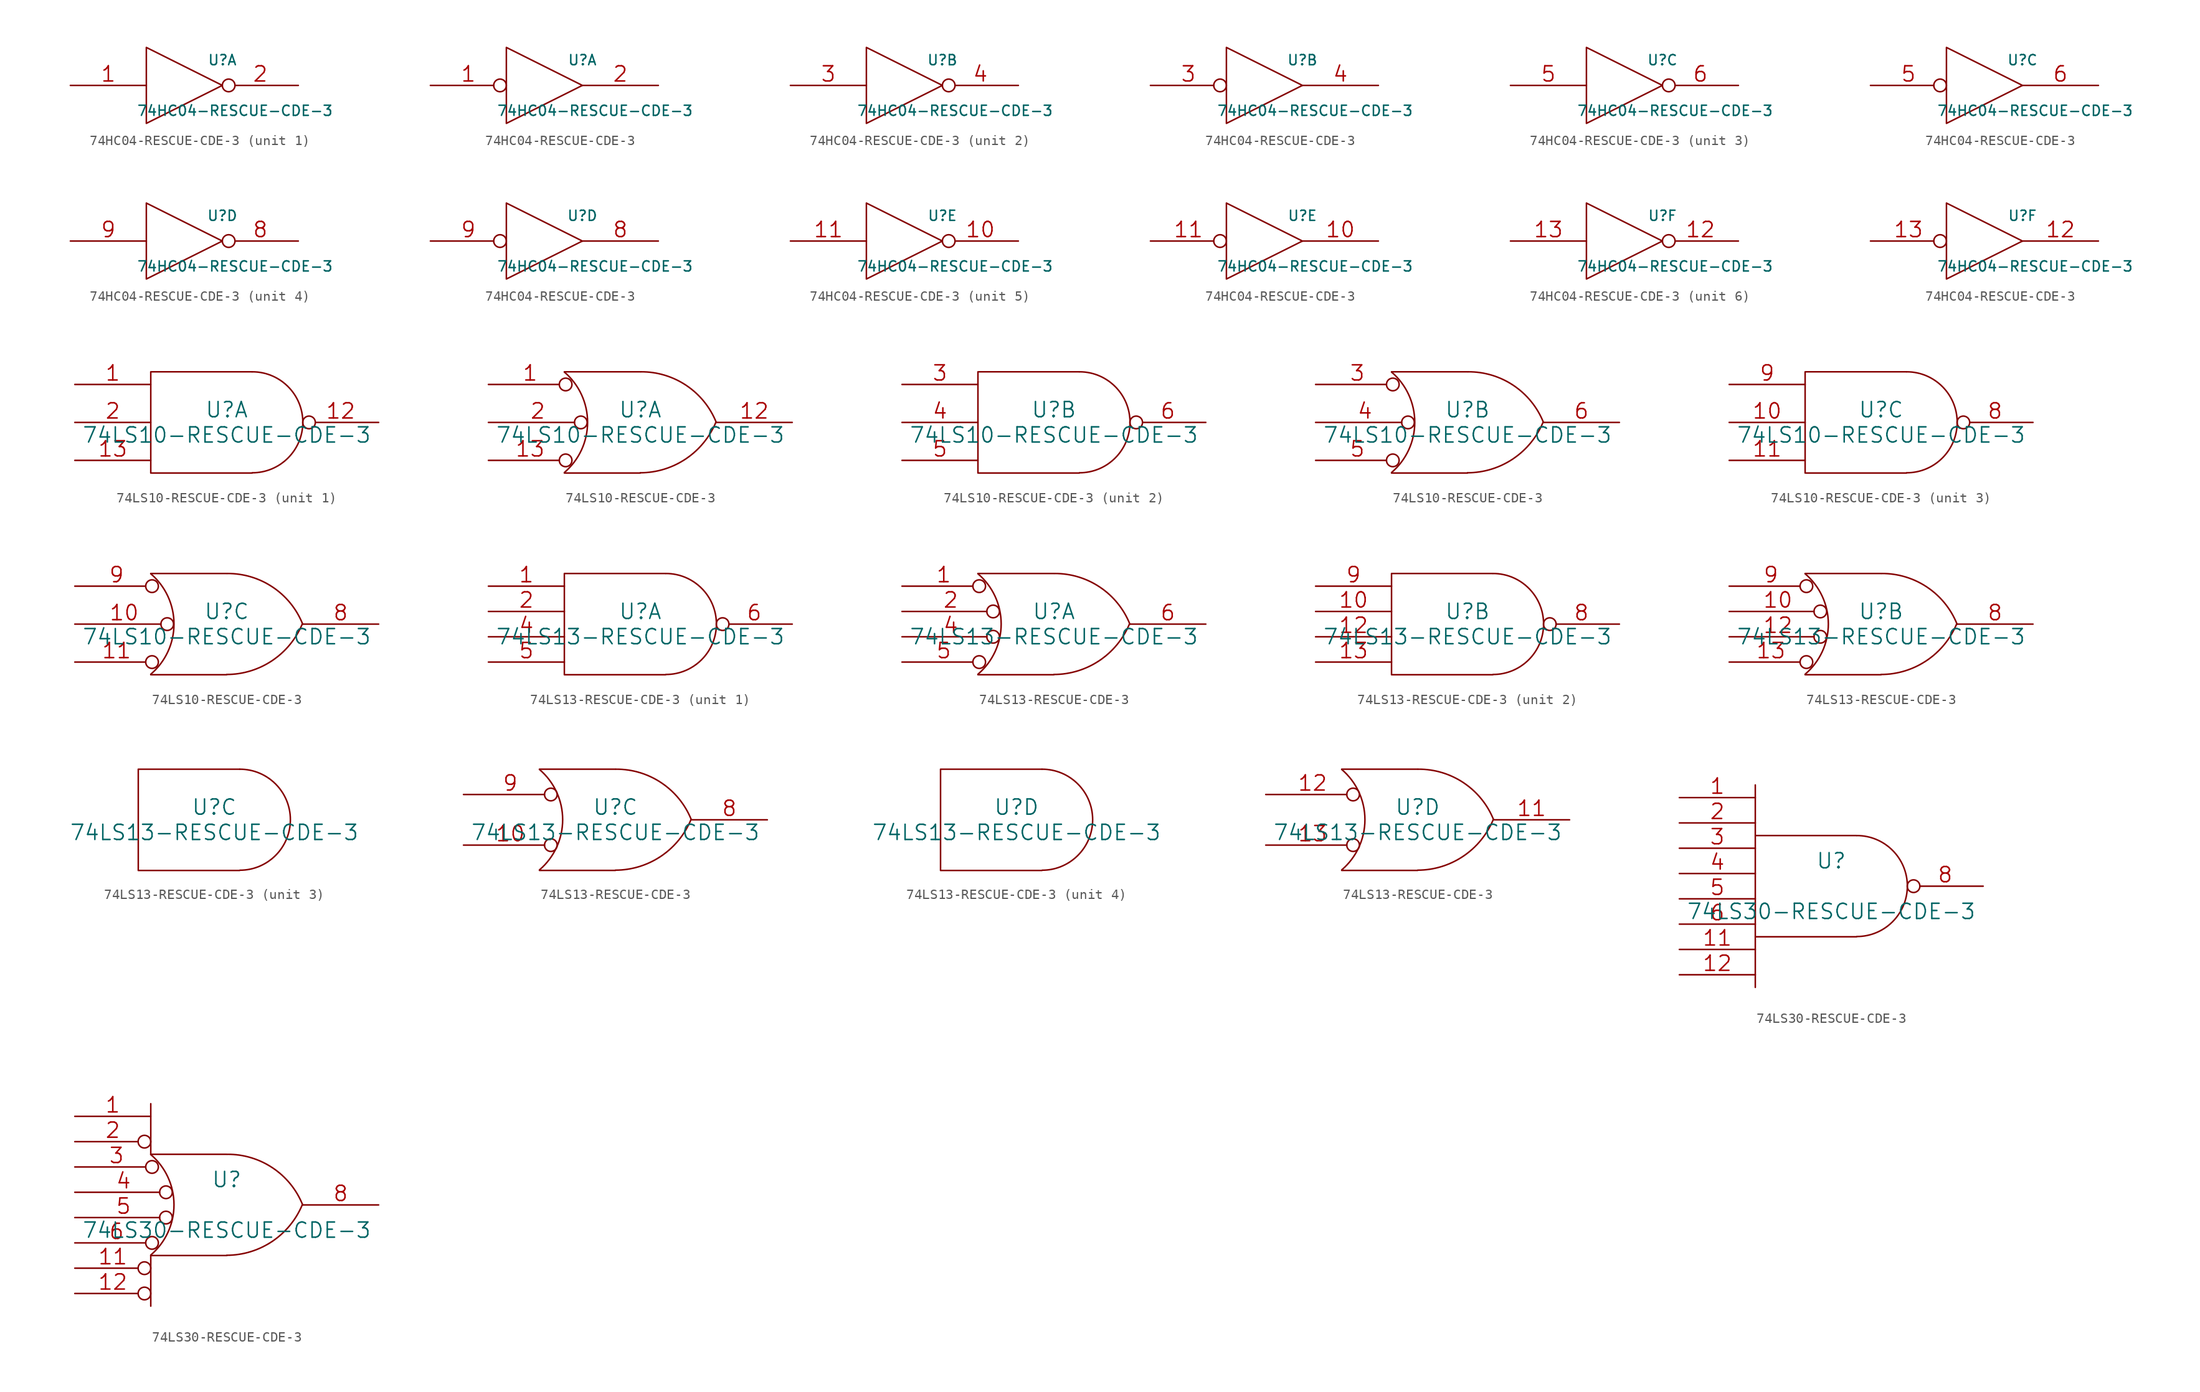
<source format=kicad_sym>
(kicad_symbol_lib
  (version 20241209)
  (generator "kicad_symbol_editor")
  (generator_version "9.0")
  (symbol "74HC04-RESCUE-CDE-3"
    (pin_names
      (offset 0.762))
    (property "Reference" "U"
      (at 3.81 2.54 0)
      (effects (font (size 1.016 1.016))))
    (property "Value" "74HC04-RESCUE-CDE-3"
      (at 5.08 -2.54 0)
      (effects (font (size 1.016 1.016))))
    (property "Footprint" ""
      (at 0 0 0)
      (effects (font (size 1.524 1.524))))
    (property "Datasheet" ""
      (at 0 0 0)
      (effects (font (size 1.524 1.524))))
    (symbol "74HC04-RESCUE-CDE-3_0_0"
      (polyline (pts (xy -3.81 3.81) (xy -3.81 -3.81) (xy 3.81 0) (xy -3.81 3.81)) (stroke (width 0) (type solid)) (fill (type none)))
      (pin power_in line (at -1.27 2.54 270) (length 0) (hide yes) (name "VCC" (effects (font (size 0.508 0.508)))) (number "14" (effects (font (size 0.762 0.762)))))
      (pin power_in line (at -1.27 -2.54 90) (length 0) (hide yes) (name "GND" (effects (font (size 0.508 0.508)))) (number "7" (effects (font (size 0.762 0.762))))))
    (symbol "74HC04-RESCUE-CDE-3_1_1"
      (pin input line (at -11.43 0 0) (length 7.62) (name "~" (effects (font (size 1.524 1.524)))) (number "1" (effects (font (size 1.524 1.524)))))
      (pin output inverted (at 11.43 0 180) (length 7.62) (name "~" (effects (font (size 1.524 1.524)))) (number "2" (effects (font (size 1.524 1.524))))))
    (symbol "74HC04-RESCUE-CDE-3_1_2"
      (pin input inverted (at -11.43 0 0) (length 7.62) (name "~" (effects (font (size 1.524 1.524)))) (number "1" (effects (font (size 1.524 1.524)))))
      (pin output line (at 11.43 0 180) (length 7.62) (name "~" (effects (font (size 1.524 1.524)))) (number "2" (effects (font (size 1.524 1.524))))))
    (symbol "74HC04-RESCUE-CDE-3_2_1"
      (pin input line (at -11.43 0 0) (length 7.62) (name "~" (effects (font (size 1.524 1.524)))) (number "3" (effects (font (size 1.524 1.524)))))
      (pin output inverted (at 11.43 0 180) (length 7.62) (name "~" (effects (font (size 1.524 1.524)))) (number "4" (effects (font (size 1.524 1.524))))))
    (symbol "74HC04-RESCUE-CDE-3_2_2"
      (pin input inverted (at -11.43 0 0) (length 7.62) (name "~" (effects (font (size 1.524 1.524)))) (number "3" (effects (font (size 1.524 1.524)))))
      (pin output line (at 11.43 0 180) (length 7.62) (name "~" (effects (font (size 1.524 1.524)))) (number "4" (effects (font (size 1.524 1.524))))))
    (symbol "74HC04-RESCUE-CDE-3_3_1"
      (pin input line (at -11.43 0 0) (length 7.62) (name "~" (effects (font (size 1.524 1.524)))) (number "5" (effects (font (size 1.524 1.524)))))
      (pin output inverted (at 11.43 0 180) (length 7.62) (name "~" (effects (font (size 1.524 1.524)))) (number "6" (effects (font (size 1.524 1.524))))))
    (symbol "74HC04-RESCUE-CDE-3_3_2"
      (pin input inverted (at -11.43 0 0) (length 7.62) (name "~" (effects (font (size 1.524 1.524)))) (number "5" (effects (font (size 1.524 1.524)))))
      (pin output line (at 11.43 0 180) (length 7.62) (name "~" (effects (font (size 1.524 1.524)))) (number "6" (effects (font (size 1.524 1.524))))))
    (symbol "74HC04-RESCUE-CDE-3_4_1"
      (pin input line (at -11.43 0 0) (length 7.62) (name "~" (effects (font (size 1.524 1.524)))) (number "9" (effects (font (size 1.524 1.524)))))
      (pin output inverted (at 11.43 0 180) (length 7.62) (name "~" (effects (font (size 1.524 1.524)))) (number "8" (effects (font (size 1.524 1.524))))))
    (symbol "74HC04-RESCUE-CDE-3_4_2"
      (pin input inverted (at -11.43 0 0) (length 7.62) (name "~" (effects (font (size 1.524 1.524)))) (number "9" (effects (font (size 1.524 1.524)))))
      (pin output line (at 11.43 0 180) (length 7.62) (name "~" (effects (font (size 1.524 1.524)))) (number "8" (effects (font (size 1.524 1.524))))))
    (symbol "74HC04-RESCUE-CDE-3_5_1"
      (pin input line (at -11.43 0 0) (length 7.62) (name "~" (effects (font (size 1.524 1.524)))) (number "11" (effects (font (size 1.524 1.524)))))
      (pin output inverted (at 11.43 0 180) (length 7.62) (name "~" (effects (font (size 1.524 1.524)))) (number "10" (effects (font (size 1.524 1.524))))))
    (symbol "74HC04-RESCUE-CDE-3_5_2"
      (pin input inverted (at -11.43 0 0) (length 7.62) (name "~" (effects (font (size 1.524 1.524)))) (number "11" (effects (font (size 1.524 1.524)))))
      (pin output line (at 11.43 0 180) (length 7.62) (name "~" (effects (font (size 1.524 1.524)))) (number "10" (effects (font (size 1.524 1.524))))))
    (symbol "74HC04-RESCUE-CDE-3_6_1"
      (pin input line (at -11.43 0 0) (length 7.62) (name "~" (effects (font (size 1.524 1.524)))) (number "13" (effects (font (size 1.524 1.524)))))
      (pin output inverted (at 11.43 0 180) (length 7.62) (name "~" (effects (font (size 1.524 1.524)))) (number "12" (effects (font (size 1.524 1.524))))))
    (symbol "74HC04-RESCUE-CDE-3_6_2"
      (pin input inverted (at -11.43 0 0) (length 7.62) (name "~" (effects (font (size 1.524 1.524)))) (number "13" (effects (font (size 1.524 1.524)))))
      (pin output line (at 11.43 0 180) (length 7.62) (name "~" (effects (font (size 1.524 1.524)))) (number "12" (effects (font (size 1.524 1.524)))))))
  (symbol "74LS10-RESCUE-CDE-3"
    (pin_names
      (offset 0.762))
    (property "Reference" "U"
      (at 0 1.27 0)
      (effects (font (size 1.524 1.524))))
    (property "Value" "74LS10-RESCUE-CDE-3"
      (at 0 -1.27 0)
      (effects (font (size 1.524 1.524))))
    (property "Footprint" ""
      (at 0 0 0)
      (effects (font (size 1.524 1.524))))
    (property "Datasheet" ""
      (at 0 0 0)
      (effects (font (size 1.524 1.524))))
    (symbol "74LS10-RESCUE-CDE-3_0_0"
      (pin power_in line (at -5.08 5.08 90) (length 0) (hide yes) (name "VCC" (effects (font (size 1.016 1.016)))) (number "14" (effects (font (size 1.016 1.016)))))
      (pin power_in line (at -5.08 -5.08 90) (length 0) (hide yes) (name "GND" (effects (font (size 1.016 1.016)))) (number "7" (effects (font (size 1.016 1.016))))))
    (symbol "74LS10-RESCUE-CDE-3_0_1"
      (polyline (pts (xy 2.54 5.08) (xy -7.62 5.08) (xy -7.62 -5.08) (xy 2.54 -5.08)) (stroke (width 0) (type solid)) (fill (type none)))
      (arc (start 2.5654 5.08) (mid 7.6201 0.0001) (end 2.5654 -5.0546) (stroke (width 0) (type solid)) (fill (type none))))
    (symbol "74LS10-RESCUE-CDE-3_0_2"
      (arc (start -7.62 5.0546) (mid -5.2901 0.0083) (end -7.62 -5.0292) (stroke (width 0) (type solid)) (fill (type none)))
      (polyline (pts (xy -7.62 5.08) (xy 0 5.08)) (stroke (width 0) (type solid)) (fill (type none)))
      (polyline (pts (xy -7.62 -5.08) (xy 0 -5.08)) (stroke (width 0) (type solid)) (fill (type none)))
      (arc (start 7.5946 0.0508) (mid 4.5708 -3.6562) (end 0 -5.0546) (stroke (width 0) (type solid)) (fill (type none)))
      (arc (start 0.0508 5.08) (mid 4.6217 3.7074) (end 7.62 0) (stroke (width 0) (type solid)) (fill (type none))))
    (symbol "74LS10-RESCUE-CDE-3_1_1"
      (pin input line (at -15.24 3.81 0) (length 7.62) (name "~" (effects (font (size 1.524 1.524)))) (number "1" (effects (font (size 1.524 1.524)))))
      (pin input line (at -15.24 0 0) (length 7.62) (name "~" (effects (font (size 1.524 1.524)))) (number "2" (effects (font (size 1.524 1.524)))))
      (pin input line (at -15.24 -3.81 0) (length 7.62) (name "~" (effects (font (size 1.524 1.524)))) (number "13" (effects (font (size 1.524 1.524)))))
      (pin output inverted (at 15.24 0 180) (length 7.62) (name "~" (effects (font (size 1.524 1.524)))) (number "12" (effects (font (size 1.524 1.524))))))
    (symbol "74LS10-RESCUE-CDE-3_1_2"
      (pin input inverted (at -15.24 3.81 0) (length 8.382) (name "~" (effects (font (size 1.524 1.524)))) (number "1" (effects (font (size 1.524 1.524)))))
      (pin input inverted (at -15.24 0 0) (length 9.906) (name "~" (effects (font (size 1.524 1.524)))) (number "2" (effects (font (size 1.524 1.524)))))
      (pin input inverted (at -15.24 -3.81 0) (length 8.382) (name "~" (effects (font (size 1.524 1.524)))) (number "13" (effects (font (size 1.524 1.524)))))
      (pin output line (at 15.24 0 180) (length 7.62) (name "~" (effects (font (size 1.524 1.524)))) (number "12" (effects (font (size 1.524 1.524))))))
    (symbol "74LS10-RESCUE-CDE-3_2_1"
      (pin input line (at -15.24 3.81 0) (length 7.62) (name "~" (effects (font (size 1.524 1.524)))) (number "3" (effects (font (size 1.524 1.524)))))
      (pin input line (at -15.24 0 0) (length 7.62) (name "~" (effects (font (size 1.524 1.524)))) (number "4" (effects (font (size 1.524 1.524)))))
      (pin input line (at -15.24 -3.81 0) (length 7.62) (name "~" (effects (font (size 1.524 1.524)))) (number "5" (effects (font (size 1.524 1.524)))))
      (pin output inverted (at 15.24 0 180) (length 7.62) (name "~" (effects (font (size 1.524 1.524)))) (number "6" (effects (font (size 1.524 1.524))))))
    (symbol "74LS10-RESCUE-CDE-3_2_2"
      (pin input inverted (at -15.24 3.81 0) (length 8.382) (name "~" (effects (font (size 1.524 1.524)))) (number "3" (effects (font (size 1.524 1.524)))))
      (pin input inverted (at -15.24 0 0) (length 9.906) (name "~" (effects (font (size 1.524 1.524)))) (number "4" (effects (font (size 1.524 1.524)))))
      (pin input inverted (at -15.24 -3.81 0) (length 8.382) (name "~" (effects (font (size 1.524 1.524)))) (number "5" (effects (font (size 1.524 1.524)))))
      (pin output line (at 15.24 0 180) (length 7.62) (name "~" (effects (font (size 1.524 1.524)))) (number "6" (effects (font (size 1.524 1.524))))))
    (symbol "74LS10-RESCUE-CDE-3_3_1"
      (pin input line (at -15.24 3.81 0) (length 7.62) (name "~" (effects (font (size 1.524 1.524)))) (number "9" (effects (font (size 1.524 1.524)))))
      (pin input line (at -15.24 0 0) (length 7.62) (name "~" (effects (font (size 1.524 1.524)))) (number "10" (effects (font (size 1.524 1.524)))))
      (pin input line (at -15.24 -3.81 0) (length 7.62) (name "~" (effects (font (size 1.524 1.524)))) (number "11" (effects (font (size 1.524 1.524)))))
      (pin output inverted (at 15.24 0 180) (length 7.62) (name "~" (effects (font (size 1.524 1.524)))) (number "8" (effects (font (size 1.524 1.524))))))
    (symbol "74LS10-RESCUE-CDE-3_3_2"
      (pin input inverted (at -15.24 3.81 0) (length 8.382) (name "~" (effects (font (size 1.524 1.524)))) (number "9" (effects (font (size 1.524 1.524)))))
      (pin input inverted (at -15.24 0 0) (length 9.906) (name "~" (effects (font (size 1.524 1.524)))) (number "10" (effects (font (size 1.524 1.524)))))
      (pin input inverted (at -15.24 -3.81 0) (length 8.382) (name "~" (effects (font (size 1.524 1.524)))) (number "11" (effects (font (size 1.524 1.524)))))
      (pin output line (at 15.24 0 180) (length 7.62) (name "~" (effects (font (size 1.524 1.524)))) (number "8" (effects (font (size 1.524 1.524)))))))
  (symbol "74LS13-RESCUE-CDE-3"
    (pin_names
      (offset 0.762))
    (property "Reference" "U"
      (at 0 1.27 0)
      (effects (font (size 1.524 1.524))))
    (property "Value" "74LS13-RESCUE-CDE-3"
      (at 0 -1.27 0)
      (effects (font (size 1.524 1.524))))
    (property "Footprint" ""
      (at 0 0 0)
      (effects (font (size 1.524 1.524))))
    (property "Datasheet" ""
      (at 0 0 0)
      (effects (font (size 1.524 1.524))))
    (symbol "74LS13-RESCUE-CDE-3_0_0"
      (pin power_in line (at -5.08 5.08 90) (length 0) (hide yes) (name "VCC" (effects (font (size 1.016 1.016)))) (number "14" (effects (font (size 1.016 1.016)))))
      (pin power_in line (at -5.08 -5.08 90) (length 0) (hide yes) (name "GND" (effects (font (size 1.016 1.016)))) (number "7" (effects (font (size 1.016 1.016))))))
    (symbol "74LS13-RESCUE-CDE-3_0_1"
      (polyline (pts (xy 2.54 5.08) (xy -7.62 5.08) (xy -7.62 -5.08) (xy 2.54 -5.08)) (stroke (width 0) (type solid)) (fill (type none)))
      (arc (start 2.5654 5.08) (mid 7.6201 0.0001) (end 2.5654 -5.0546) (stroke (width 0) (type solid)) (fill (type none))))
    (symbol "74LS13-RESCUE-CDE-3_0_2"
      (arc (start -7.62 5.0546) (mid -5.2901 0.0083) (end -7.62 -5.0292) (stroke (width 0) (type solid)) (fill (type none)))
      (polyline (pts (xy -7.62 5.08) (xy 0 5.08)) (stroke (width 0) (type solid)) (fill (type none)))
      (polyline (pts (xy -7.62 -5.08) (xy 0 -5.08)) (stroke (width 0) (type solid)) (fill (type none)))
      (arc (start 7.5946 0.0508) (mid 4.5708 -3.6562) (end 0 -5.0546) (stroke (width 0) (type solid)) (fill (type none)))
      (arc (start 0.0508 5.08) (mid 4.6217 3.7074) (end 7.62 0) (stroke (width 0) (type solid)) (fill (type none))))
    (symbol "74LS13-RESCUE-CDE-3_1_1"
      (pin input line (at -15.24 3.81 0) (length 7.62) (name "~" (effects (font (size 1.524 1.524)))) (number "1" (effects (font (size 1.524 1.524)))))
      (pin input line (at -15.24 1.27 0) (length 7.62) (name "~" (effects (font (size 1.524 1.524)))) (number "2" (effects (font (size 1.524 1.524)))))
      (pin input line (at -15.24 -1.27 0) (length 7.62) (name "~" (effects (font (size 1.524 1.524)))) (number "4" (effects (font (size 1.524 1.524)))))
      (pin input line (at -15.24 -3.81 0) (length 7.62) (name "~" (effects (font (size 1.524 1.524)))) (number "5" (effects (font (size 1.524 1.524)))))
      (pin output inverted (at 15.24 0 180) (length 7.62) (name "~" (effects (font (size 1.524 1.524)))) (number "6" (effects (font (size 1.524 1.524))))))
    (symbol "74LS13-RESCUE-CDE-3_1_2"
      (pin input inverted (at -15.24 3.81 0) (length 8.382) (name "~" (effects (font (size 1.524 1.524)))) (number "1" (effects (font (size 1.524 1.524)))))
      (pin input inverted (at -15.24 1.27 0) (length 9.779) (name "~" (effects (font (size 1.524 1.524)))) (number "2" (effects (font (size 1.524 1.524)))))
      (pin input inverted (at -15.24 -1.27 0) (length 9.779) (name "~" (effects (font (size 1.524 1.524)))) (number "4" (effects (font (size 1.524 1.524)))))
      (pin input inverted (at -15.24 -3.81 0) (length 8.382) (name "~" (effects (font (size 1.524 1.524)))) (number "5" (effects (font (size 1.524 1.524)))))
      (pin output line (at 15.24 0 180) (length 7.62) (name "~" (effects (font (size 1.524 1.524)))) (number "6" (effects (font (size 1.524 1.524))))))
    (symbol "74LS13-RESCUE-CDE-3_2_1"
      (pin input line (at -15.24 3.81 0) (length 7.62) (name "~" (effects (font (size 1.524 1.524)))) (number "9" (effects (font (size 1.524 1.524)))))
      (pin input line (at -15.24 1.27 0) (length 7.62) (name "~" (effects (font (size 1.524 1.524)))) (number "10" (effects (font (size 1.524 1.524)))))
      (pin input line (at -15.24 -1.27 0) (length 7.62) (name "~" (effects (font (size 1.524 1.524)))) (number "12" (effects (font (size 1.524 1.524)))))
      (pin input line (at -15.24 -3.81 0) (length 7.62) (name "~" (effects (font (size 1.524 1.524)))) (number "13" (effects (font (size 1.524 1.524)))))
      (pin output inverted (at 15.24 0 180) (length 7.62) (name "~" (effects (font (size 1.524 1.524)))) (number "8" (effects (font (size 1.524 1.524))))))
    (symbol "74LS13-RESCUE-CDE-3_2_2"
      (pin input inverted (at -15.24 3.81 0) (length 8.382) (name "~" (effects (font (size 1.524 1.524)))) (number "9" (effects (font (size 1.524 1.524)))))
      (pin input inverted (at -15.24 1.27 0) (length 9.779) (name "~" (effects (font (size 1.524 1.524)))) (number "10" (effects (font (size 1.524 1.524)))))
      (pin input inverted (at -15.24 -1.27 0) (length 9.779) (name "~" (effects (font (size 1.524 1.524)))) (number "12" (effects (font (size 1.524 1.524)))))
      (pin input inverted (at -15.24 -3.81 0) (length 8.382) (name "~" (effects (font (size 1.524 1.524)))) (number "13" (effects (font (size 1.524 1.524)))))
      (pin output line (at 15.24 0 180) (length 7.62) (name "~" (effects (font (size 1.524 1.524)))) (number "8" (effects (font (size 1.524 1.524))))))
    (symbol "74LS13-RESCUE-CDE-3_3_2"
      (pin input inverted (at -15.24 2.54 0) (length 9.398) (name "~" (effects (font (size 1.524 1.524)))) (number "9" (effects (font (size 1.524 1.524)))))
      (pin input inverted (at -15.24 -2.54 0) (length 9.398) (name "~" (effects (font (size 1.524 1.524)))) (number "10" (effects (font (size 1.524 1.524)))))
      (pin output line (at 15.24 0 180) (length 7.62) (name "~" (effects (font (size 1.524 1.524)))) (number "8" (effects (font (size 1.524 1.524))))))
    (symbol "74LS13-RESCUE-CDE-3_4_2"
      (pin input inverted (at -15.24 2.54 0) (length 9.398) (name "~" (effects (font (size 1.524 1.524)))) (number "12" (effects (font (size 1.524 1.524)))))
      (pin input inverted (at -15.24 -2.54 0) (length 9.398) (name "~" (effects (font (size 1.524 1.524)))) (number "13" (effects (font (size 1.524 1.524)))))
      (pin output line (at 15.24 0 180) (length 7.62) (name "~" (effects (font (size 1.524 1.524)))) (number "11" (effects (font (size 1.524 1.524)))))))
  (symbol "74LS30-RESCUE-CDE-3"
    (pin_names
      (offset 0.762))
    (property "Reference" "U"
      (at 0 2.54 0)
      (effects (font (size 1.524 1.524))))
    (property "Value" "74LS30-RESCUE-CDE-3"
      (at 0 -2.54 0)
      (effects (font (size 1.524 1.524))))
    (property "Footprint" ""
      (at 0 0 0)
      (effects (font (size 1.524 1.524))))
    (property "Datasheet" ""
      (at 0 0 0)
      (effects (font (size 1.524 1.524))))
    (symbol "74LS30-RESCUE-CDE-3_0_0"
      (pin power_in line (at -5.08 5.08 90) (length 0) (hide yes) (name "VCC" (effects (font (size 1.524 1.524)))) (number "14" (effects (font (size 1.524 1.524)))))
      (pin power_in line (at -5.08 -5.08 90) (length 0) (hide yes) (name "GND" (effects (font (size 1.524 1.524)))) (number "7" (effects (font (size 1.524 1.524))))))
    (symbol "74LS30-RESCUE-CDE-3_0_1"
      (polyline (pts (xy -7.62 5.08) (xy -7.62 10.16)) (stroke (width 0) (type solid)) (fill (type none)))
      (polyline (pts (xy -7.62 -5.08) (xy -7.62 -10.16)) (stroke (width 0) (type solid)) (fill (type none)))
      (polyline (pts (xy 2.54 5.08) (xy -7.62 5.08) (xy -7.62 -5.08) (xy 2.54 -5.08)) (stroke (width 0) (type solid)) (fill (type none)))
      (arc (start 2.5654 5.08) (mid 7.6201 0.0001) (end 2.5654 -5.0546) (stroke (width 0) (type solid)) (fill (type none))))
    (symbol "74LS30-RESCUE-CDE-3_0_2"
      (arc (start -7.62 5.0546) (mid -5.2901 0.0083) (end -7.62 -5.0292) (stroke (width 0) (type solid)) (fill (type none)))
      (polyline (pts (xy -7.62 5.08) (xy -7.62 10.16)) (stroke (width 0) (type solid)) (fill (type none)))
      (polyline (pts (xy -7.62 5.08) (xy 0 5.08)) (stroke (width 0) (type solid)) (fill (type none)))
      (polyline (pts (xy -7.62 -5.08) (xy -7.62 -10.16)) (stroke (width 0) (type solid)) (fill (type none)))
      (polyline (pts (xy -7.62 -5.08) (xy 0 -5.08)) (stroke (width 0) (type solid)) (fill (type none)))
      (arc (start 7.5946 0.0508) (mid 4.5708 -3.6562) (end 0 -5.0546) (stroke (width 0) (type solid)) (fill (type none)))
      (arc (start 0.0508 5.08) (mid 4.6217 3.7074) (end 7.62 0) (stroke (width 0) (type solid)) (fill (type none))))
    (symbol "74LS30-RESCUE-CDE-3_1_1"
      (pin input line (at -15.24 8.89 0) (length 7.62) (name "~" (effects (font (size 1.524 1.524)))) (number "1" (effects (font (size 1.524 1.524)))))
      (pin input line (at -15.24 6.35 0) (length 7.62) (name "~" (effects (font (size 1.524 1.524)))) (number "2" (effects (font (size 1.524 1.524)))))
      (pin input line (at -15.24 3.81 0) (length 7.62) (name "~" (effects (font (size 1.524 1.524)))) (number "3" (effects (font (size 1.524 1.524)))))
      (pin input line (at -15.24 1.27 0) (length 7.62) (name "~" (effects (font (size 1.524 1.524)))) (number "4" (effects (font (size 1.524 1.524)))))
      (pin input line (at -15.24 -1.27 0) (length 7.62) (name "~" (effects (font (size 1.524 1.524)))) (number "5" (effects (font (size 1.524 1.524)))))
      (pin input line (at -15.24 -3.81 0) (length 7.62) (name "~" (effects (font (size 1.524 1.524)))) (number "6" (effects (font (size 1.524 1.524)))))
      (pin input line (at -15.24 -6.35 0) (length 7.62) (name "~" (effects (font (size 1.524 1.524)))) (number "11" (effects (font (size 1.524 1.524)))))
      (pin input line (at -15.24 -8.89 0) (length 7.62) (name "~" (effects (font (size 1.524 1.524)))) (number "12" (effects (font (size 1.524 1.524)))))
      (pin input inverted (at 15.24 0 180) (length 7.62) (name "~" (effects (font (size 1.524 1.524)))) (number "8" (effects (font (size 1.524 1.524))))))
    (symbol "74LS30-RESCUE-CDE-3_1_2"
      (pin input line (at -15.24 8.89 0) (length 7.62) (name "~" (effects (font (size 1.524 1.524)))) (number "1" (effects (font (size 1.524 1.524)))))
      (pin input inverted (at -15.24 6.35 0) (length 7.62) (name "~" (effects (font (size 1.524 1.524)))) (number "2" (effects (font (size 1.524 1.524)))))
      (pin input inverted (at -15.24 3.81 0) (length 8.382) (name "~" (effects (font (size 1.524 1.524)))) (number "3" (effects (font (size 1.524 1.524)))))
      (pin input inverted (at -15.24 1.27 0) (length 9.779) (name "~" (effects (font (size 1.524 1.524)))) (number "4" (effects (font (size 1.524 1.524)))))
      (pin input inverted (at -15.24 -1.27 0) (length 9.779) (name "~" (effects (font (size 1.524 1.524)))) (number "5" (effects (font (size 1.524 1.524)))))
      (pin input inverted (at -15.24 -3.81 0) (length 8.382) (name "~" (effects (font (size 1.524 1.524)))) (number "6" (effects (font (size 1.524 1.524)))))
      (pin input inverted (at -15.24 -6.35 0) (length 7.62) (name "~" (effects (font (size 1.524 1.524)))) (number "11" (effects (font (size 1.524 1.524)))))
      (pin input inverted (at -15.24 -8.89 0) (length 7.62) (name "~" (effects (font (size 1.524 1.524)))) (number "12" (effects (font (size 1.524 1.524)))))
      (pin output line (at 15.24 0 180) (length 7.62) (name "~" (effects (font (size 1.524 1.524)))) (number "8" (effects (font (size 1.524 1.524))))))))
</source>
